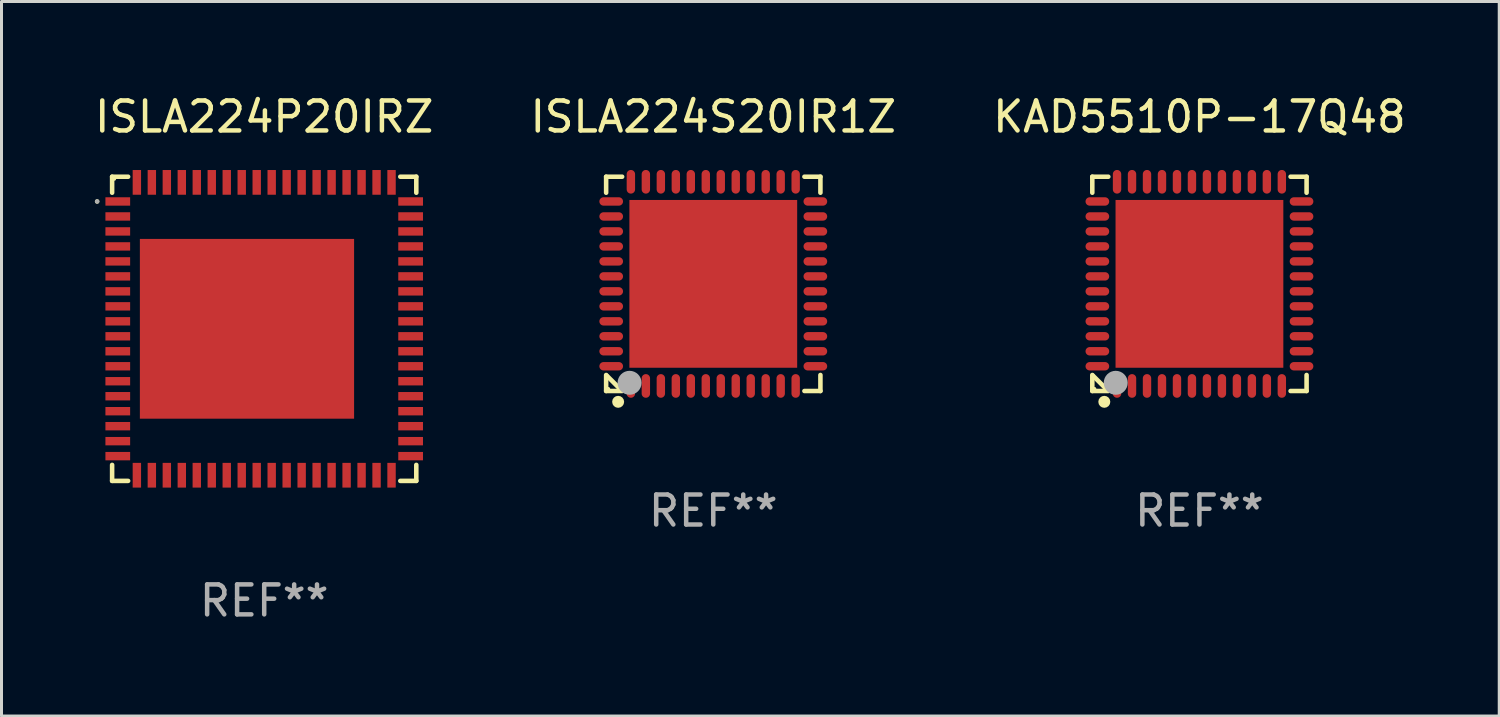
<source format=kicad_pcb>
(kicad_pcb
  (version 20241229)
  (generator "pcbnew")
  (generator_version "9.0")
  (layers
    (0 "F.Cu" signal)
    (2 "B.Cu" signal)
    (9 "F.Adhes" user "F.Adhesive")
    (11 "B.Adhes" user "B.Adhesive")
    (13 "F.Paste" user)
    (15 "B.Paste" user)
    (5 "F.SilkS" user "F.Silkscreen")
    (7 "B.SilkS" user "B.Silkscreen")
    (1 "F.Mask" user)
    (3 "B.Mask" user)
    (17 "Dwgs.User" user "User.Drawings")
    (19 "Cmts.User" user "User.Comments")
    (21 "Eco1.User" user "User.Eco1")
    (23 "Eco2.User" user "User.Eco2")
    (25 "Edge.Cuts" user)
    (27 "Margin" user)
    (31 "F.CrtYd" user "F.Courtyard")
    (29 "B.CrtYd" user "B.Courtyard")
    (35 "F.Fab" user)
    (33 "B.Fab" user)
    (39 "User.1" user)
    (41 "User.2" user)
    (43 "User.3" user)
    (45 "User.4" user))
  (footprint "ISLA224S20IR1Z"
    (layer "F.Cu")
    (at 20.756 6.424)
    (property "Reference" "ISLA224S20IR1Z" (at 0 -5.576 0) (layer "F.SilkS") (effects (font (size 1 1) (thickness 0.15))))
    (attr through_hole)
    (fp_line (start -3.576 -3.576) (end -3.576 -3.042) (stroke (width 0.152) (type solid)) (layer "F.SilkS"))
    (fp_line (start -3.576 3.576) (end -3.576 3.042) (stroke (width 0.152) (type solid)) (layer "F.SilkS"))
    (fp_line (start -3.069 3.549) (end -3.549 3.069) (stroke (width 0.152) (type solid)) (layer "F.SilkS"))
    (fp_line (start -3.042 -3.576) (end -3.576 -3.576) (stroke (width 0.152) (type solid)) (layer "F.SilkS"))
    (fp_line (start -3.042 3.576) (end -3.576 3.576) (stroke (width 0.152) (type solid)) (layer "F.SilkS"))
    (fp_line (start 3.042 -3.576) (end 3.576 -3.576) (stroke (width 0.152) (type solid)) (layer "F.SilkS"))
    (fp_line (start 3.042 3.576) (end 3.576 3.576) (stroke (width 0.152) (type solid)) (layer "F.SilkS"))
    (fp_line (start 3.576 -3.576) (end 3.576 -3.042) (stroke (width 0.152) (type solid)) (layer "F.SilkS"))
    (fp_line (start 3.576 3.576) (end 3.576 3.042) (stroke (width 0.152) (type solid)) (layer "F.SilkS"))
    (fp_circle (center -3.5 3.5) (end -3.47 3.5) (stroke (width 0.06) (type solid)) (fill no) (layer "F.SilkS"))
    (fp_circle (center -3.175 3.937) (end -3.075 3.937) (stroke (width 0.2) (type solid)) (fill no) (layer "F.SilkS"))
    (fp_circle (center -2.794 3.302) (end -2.594 3.302) (stroke (width 0.4) (type solid)) (fill no) (layer "F.Fab"))
    (fp_text user "REF**" (at 0 7.576 0) (layer "F.Fab") (effects (font (size 1 1) (thickness 0.15))))
    (pad "1" smd oval (at -2.75 3.407) (size 0.28 0.79) (layers "F.Cu" "F.Mask" "F.Paste"))
    (pad "2" smd oval (at -2.25 3.407) (size 0.28 0.79) (layers "F.Cu" "F.Mask" "F.Paste"))
    (pad "3" smd oval (at -1.75 3.407) (size 0.28 0.79) (layers "F.Cu" "F.Mask" "F.Paste"))
    (pad "4" smd oval (at -1.25 3.407) (size 0.28 0.79) (layers "F.Cu" "F.Mask" "F.Paste"))
    (pad "5" smd oval (at -0.75 3.407) (size 0.28 0.79) (layers "F.Cu" "F.Mask" "F.Paste"))
    (pad "6" smd oval (at -0.25 3.407) (size 0.28 0.79) (layers "F.Cu" "F.Mask" "F.Paste"))
    (pad "7" smd oval (at 0.25 3.407) (size 0.28 0.79) (layers "F.Cu" "F.Mask" "F.Paste"))
    (pad "8" smd oval (at 0.75 3.407) (size 0.28 0.79) (layers "F.Cu" "F.Mask" "F.Paste"))
    (pad "9" smd oval (at 1.25 3.407) (size 0.28 0.79) (layers "F.Cu" "F.Mask" "F.Paste"))
    (pad "10" smd oval (at 1.75 3.407) (size 0.28 0.79) (layers "F.Cu" "F.Mask" "F.Paste"))
    (pad "11" smd oval (at 2.25 3.407) (size 0.28 0.79) (layers "F.Cu" "F.Mask" "F.Paste"))
    (pad "12" smd oval (at 2.75 3.407) (size 0.28 0.79) (layers "F.Cu" "F.Mask" "F.Paste"))
    (pad "13" smd oval (at 3.407 2.75) (size 0.79 0.28) (layers "F.Cu" "F.Mask" "F.Paste"))
    (pad "14" smd oval (at 3.407 2.25) (size 0.79 0.28) (layers "F.Cu" "F.Mask" "F.Paste"))
    (pad "15" smd oval (at 3.407 1.75) (size 0.79 0.28) (layers "F.Cu" "F.Mask" "F.Paste"))
    (pad "16" smd oval (at 3.407 1.25) (size 0.79 0.28) (layers "F.Cu" "F.Mask" "F.Paste"))
    (pad "17" smd oval (at 3.407 0.75) (size 0.79 0.28) (layers "F.Cu" "F.Mask" "F.Paste"))
    (pad "18" smd oval (at 3.407 0.25) (size 0.79 0.28) (layers "F.Cu" "F.Mask" "F.Paste"))
    (pad "19" smd oval (at 3.407 -0.25) (size 0.79 0.28) (layers "F.Cu" "F.Mask" "F.Paste"))
    (pad "20" smd oval (at 3.407 -0.75) (size 0.79 0.28) (layers "F.Cu" "F.Mask" "F.Paste"))
    (pad "21" smd oval (at 3.407 -1.25) (size 0.79 0.28) (layers "F.Cu" "F.Mask" "F.Paste"))
    (pad "22" smd oval (at 3.407 -1.75) (size 0.79 0.28) (layers "F.Cu" "F.Mask" "F.Paste"))
    (pad "23" smd oval (at 3.407 -2.25) (size 0.79 0.28) (layers "F.Cu" "F.Mask" "F.Paste"))
    (pad "24" smd oval (at 3.407 -2.75) (size 0.79 0.28) (layers "F.Cu" "F.Mask" "F.Paste"))
    (pad "25" smd oval (at 2.75 -3.407) (size 0.28 0.79) (layers "F.Cu" "F.Mask" "F.Paste"))
    (pad "26" smd oval (at 2.25 -3.407) (size 0.28 0.79) (layers "F.Cu" "F.Mask" "F.Paste"))
    (pad "27" smd oval (at 1.75 -3.407) (size 0.28 0.79) (layers "F.Cu" "F.Mask" "F.Paste"))
    (pad "28" smd oval (at 1.25 -3.407) (size 0.28 0.79) (layers "F.Cu" "F.Mask" "F.Paste"))
    (pad "29" smd oval (at 0.75 -3.407) (size 0.28 0.79) (layers "F.Cu" "F.Mask" "F.Paste"))
    (pad "30" smd oval (at 0.25 -3.407) (size 0.28 0.79) (layers "F.Cu" "F.Mask" "F.Paste"))
    (pad "31" smd oval (at -0.25 -3.407) (size 0.28 0.79) (layers "F.Cu" "F.Mask" "F.Paste"))
    (pad "32" smd oval (at -0.75 -3.407) (size 0.28 0.79) (layers "F.Cu" "F.Mask" "F.Paste"))
    (pad "33" smd oval (at -1.25 -3.407) (size 0.28 0.79) (layers "F.Cu" "F.Mask" "F.Paste"))
    (pad "34" smd oval (at -1.75 -3.407) (size 0.28 0.79) (layers "F.Cu" "F.Mask" "F.Paste"))
    (pad "35" smd oval (at -2.25 -3.407) (size 0.28 0.79) (layers "F.Cu" "F.Mask" "F.Paste"))
    (pad "36" smd oval (at -2.75 -3.407) (size 0.28 0.79) (layers "F.Cu" "F.Mask" "F.Paste"))
    (pad "37" smd oval (at -3.407 -2.75) (size 0.79 0.28) (layers "F.Cu" "F.Mask" "F.Paste"))
    (pad "38" smd oval (at -3.407 -2.25) (size 0.79 0.28) (layers "F.Cu" "F.Mask" "F.Paste"))
    (pad "39" smd oval (at -3.407 -1.75) (size 0.79 0.28) (layers "F.Cu" "F.Mask" "F.Paste"))
    (pad "40" smd oval (at -3.407 -1.25) (size 0.79 0.28) (layers "F.Cu" "F.Mask" "F.Paste"))
    (pad "41" smd oval (at -3.407 -0.75) (size 0.79 0.28) (layers "F.Cu" "F.Mask" "F.Paste"))
    (pad "42" smd oval (at -3.407 -0.25) (size 0.79 0.28) (layers "F.Cu" "F.Mask" "F.Paste"))
    (pad "43" smd oval (at -3.407 0.25) (size 0.79 0.28) (layers "F.Cu" "F.Mask" "F.Paste"))
    (pad "44" smd oval (at -3.407 0.75) (size 0.79 0.28) (layers "F.Cu" "F.Mask" "F.Paste"))
    (pad "45" smd oval (at -3.407 1.25) (size 0.79 0.28) (layers "F.Cu" "F.Mask" "F.Paste"))
    (pad "46" smd oval (at -3.407 1.75) (size 0.79 0.28) (layers "F.Cu" "F.Mask" "F.Paste"))
    (pad "47" smd oval (at -3.407 2.25) (size 0.79 0.28) (layers "F.Cu" "F.Mask" "F.Paste"))
    (pad "48" smd oval (at -3.407 2.75) (size 0.79 0.28) (layers "F.Cu" "F.Mask" "F.Paste"))
    (pad "49" smd rect (at 0 0) (size 5.6 5.6) (layers "F.Cu" "F.Mask" "F.Paste")))
  (footprint "KAD5510P-17Q48"
    (layer "F.Cu")
    (at 36.982 6.424)
    (property "Reference" "KAD5510P-17Q48" (at 0 -5.576 0) (layer "F.SilkS") (effects (font (size 1 1) (thickness 0.15))))
    (attr through_hole)
    (fp_line (start -3.576 -3.576) (end -3.576 -3.042) (stroke (width 0.152) (type solid)) (layer "F.SilkS"))
    (fp_line (start -3.576 3.576) (end -3.576 3.042) (stroke (width 0.152) (type solid)) (layer "F.SilkS"))
    (fp_line (start -3.069 3.549) (end -3.549 3.069) (stroke (width 0.152) (type solid)) (layer "F.SilkS"))
    (fp_line (start -3.042 -3.576) (end -3.576 -3.576) (stroke (width 0.152) (type solid)) (layer "F.SilkS"))
    (fp_line (start -3.042 3.576) (end -3.576 3.576) (stroke (width 0.152) (type solid)) (layer "F.SilkS"))
    (fp_line (start 3.042 -3.576) (end 3.576 -3.576) (stroke (width 0.152) (type solid)) (layer "F.SilkS"))
    (fp_line (start 3.042 3.576) (end 3.576 3.576) (stroke (width 0.152) (type solid)) (layer "F.SilkS"))
    (fp_line (start 3.576 -3.576) (end 3.576 -3.042) (stroke (width 0.152) (type solid)) (layer "F.SilkS"))
    (fp_line (start 3.576 3.576) (end 3.576 3.042) (stroke (width 0.152) (type solid)) (layer "F.SilkS"))
    (fp_circle (center -3.5 3.5) (end -3.47 3.5) (stroke (width 0.06) (type solid)) (fill no) (layer "F.SilkS"))
    (fp_circle (center -3.175 3.937) (end -3.075 3.937) (stroke (width 0.2) (type solid)) (fill no) (layer "F.SilkS"))
    (fp_circle (center -2.794 3.302) (end -2.594 3.302) (stroke (width 0.4) (type solid)) (fill no) (layer "F.Fab"))
    (fp_text user "REF**" (at 0 7.576 0) (layer "F.Fab") (effects (font (size 1 1) (thickness 0.15))))
    (pad "1" smd oval (at -2.75 3.407) (size 0.28 0.79) (layers "F.Cu" "F.Mask" "F.Paste"))
    (pad "2" smd oval (at -2.25 3.407) (size 0.28 0.79) (layers "F.Cu" "F.Mask" "F.Paste"))
    (pad "3" smd oval (at -1.75 3.407) (size 0.28 0.79) (layers "F.Cu" "F.Mask" "F.Paste"))
    (pad "4" smd oval (at -1.25 3.407) (size 0.28 0.79) (layers "F.Cu" "F.Mask" "F.Paste"))
    (pad "5" smd oval (at -0.75 3.407) (size 0.28 0.79) (layers "F.Cu" "F.Mask" "F.Paste"))
    (pad "6" smd oval (at -0.25 3.407) (size 0.28 0.79) (layers "F.Cu" "F.Mask" "F.Paste"))
    (pad "7" smd oval (at 0.25 3.407) (size 0.28 0.79) (layers "F.Cu" "F.Mask" "F.Paste"))
    (pad "8" smd oval (at 0.75 3.407) (size 0.28 0.79) (layers "F.Cu" "F.Mask" "F.Paste"))
    (pad "9" smd oval (at 1.25 3.407) (size 0.28 0.79) (layers "F.Cu" "F.Mask" "F.Paste"))
    (pad "10" smd oval (at 1.75 3.407) (size 0.28 0.79) (layers "F.Cu" "F.Mask" "F.Paste"))
    (pad "11" smd oval (at 2.25 3.407) (size 0.28 0.79) (layers "F.Cu" "F.Mask" "F.Paste"))
    (pad "12" smd oval (at 2.75 3.407) (size 0.28 0.79) (layers "F.Cu" "F.Mask" "F.Paste"))
    (pad "13" smd oval (at 3.407 2.75) (size 0.79 0.28) (layers "F.Cu" "F.Mask" "F.Paste"))
    (pad "14" smd oval (at 3.407 2.25) (size 0.79 0.28) (layers "F.Cu" "F.Mask" "F.Paste"))
    (pad "15" smd oval (at 3.407 1.75) (size 0.79 0.28) (layers "F.Cu" "F.Mask" "F.Paste"))
    (pad "16" smd oval (at 3.407 1.25) (size 0.79 0.28) (layers "F.Cu" "F.Mask" "F.Paste"))
    (pad "17" smd oval (at 3.407 0.75) (size 0.79 0.28) (layers "F.Cu" "F.Mask" "F.Paste"))
    (pad "18" smd oval (at 3.407 0.25) (size 0.79 0.28) (layers "F.Cu" "F.Mask" "F.Paste"))
    (pad "19" smd oval (at 3.407 -0.25) (size 0.79 0.28) (layers "F.Cu" "F.Mask" "F.Paste"))
    (pad "20" smd oval (at 3.407 -0.75) (size 0.79 0.28) (layers "F.Cu" "F.Mask" "F.Paste"))
    (pad "21" smd oval (at 3.407 -1.25) (size 0.79 0.28) (layers "F.Cu" "F.Mask" "F.Paste"))
    (pad "22" smd oval (at 3.407 -1.75) (size 0.79 0.28) (layers "F.Cu" "F.Mask" "F.Paste"))
    (pad "23" smd oval (at 3.407 -2.25) (size 0.79 0.28) (layers "F.Cu" "F.Mask" "F.Paste"))
    (pad "24" smd oval (at 3.407 -2.75) (size 0.79 0.28) (layers "F.Cu" "F.Mask" "F.Paste"))
    (pad "25" smd oval (at 2.75 -3.407) (size 0.28 0.79) (layers "F.Cu" "F.Mask" "F.Paste"))
    (pad "26" smd oval (at 2.25 -3.407) (size 0.28 0.79) (layers "F.Cu" "F.Mask" "F.Paste"))
    (pad "27" smd oval (at 1.75 -3.407) (size 0.28 0.79) (layers "F.Cu" "F.Mask" "F.Paste"))
    (pad "28" smd oval (at 1.25 -3.407) (size 0.28 0.79) (layers "F.Cu" "F.Mask" "F.Paste"))
    (pad "29" smd oval (at 0.75 -3.407) (size 0.28 0.79) (layers "F.Cu" "F.Mask" "F.Paste"))
    (pad "30" smd oval (at 0.25 -3.407) (size 0.28 0.79) (layers "F.Cu" "F.Mask" "F.Paste"))
    (pad "31" smd oval (at -0.25 -3.407) (size 0.28 0.79) (layers "F.Cu" "F.Mask" "F.Paste"))
    (pad "32" smd oval (at -0.75 -3.407) (size 0.28 0.79) (layers "F.Cu" "F.Mask" "F.Paste"))
    (pad "33" smd oval (at -1.25 -3.407) (size 0.28 0.79) (layers "F.Cu" "F.Mask" "F.Paste"))
    (pad "34" smd oval (at -1.75 -3.407) (size 0.28 0.79) (layers "F.Cu" "F.Mask" "F.Paste"))
    (pad "35" smd oval (at -2.25 -3.407) (size 0.28 0.79) (layers "F.Cu" "F.Mask" "F.Paste"))
    (pad "36" smd oval (at -2.75 -3.407) (size 0.28 0.79) (layers "F.Cu" "F.Mask" "F.Paste"))
    (pad "37" smd oval (at -3.407 -2.75) (size 0.79 0.28) (layers "F.Cu" "F.Mask" "F.Paste"))
    (pad "38" smd oval (at -3.407 -2.25) (size 0.79 0.28) (layers "F.Cu" "F.Mask" "F.Paste"))
    (pad "39" smd oval (at -3.407 -1.75) (size 0.79 0.28) (layers "F.Cu" "F.Mask" "F.Paste"))
    (pad "40" smd oval (at -3.407 -1.25) (size 0.79 0.28) (layers "F.Cu" "F.Mask" "F.Paste"))
    (pad "41" smd oval (at -3.407 -0.75) (size 0.79 0.28) (layers "F.Cu" "F.Mask" "F.Paste"))
    (pad "42" smd oval (at -3.407 -0.25) (size 0.79 0.28) (layers "F.Cu" "F.Mask" "F.Paste"))
    (pad "43" smd oval (at -3.407 0.25) (size 0.79 0.28) (layers "F.Cu" "F.Mask" "F.Paste"))
    (pad "44" smd oval (at -3.407 0.75) (size 0.79 0.28) (layers "F.Cu" "F.Mask" "F.Paste"))
    (pad "45" smd oval (at -3.407 1.25) (size 0.79 0.28) (layers "F.Cu" "F.Mask" "F.Paste"))
    (pad "46" smd oval (at -3.407 1.75) (size 0.79 0.28) (layers "F.Cu" "F.Mask" "F.Paste"))
    (pad "47" smd oval (at -3.407 2.25) (size 0.79 0.28) (layers "F.Cu" "F.Mask" "F.Paste"))
    (pad "48" smd oval (at -3.407 2.75) (size 0.79 0.28) (layers "F.Cu" "F.Mask" "F.Paste"))
    (pad "49" smd rect (at 0 0) (size 5.6 5.6) (layers "F.Cu" "F.Mask" "F.Paste")))
  (footprint "ISLA224P20IRZ"
    (layer "F.Cu")
    (at 5.768 7.924)
    (property "Reference" "ISLA224P20IRZ" (at 0 -7.076 0) (layer "F.SilkS") (effects (font (size 1 1) (thickness 0.15))))
    (attr through_hole)
    (fp_line (start -5.076 -5.076) (end -4.542 -5.076) (stroke (width 0.152) (type solid)) (layer "F.SilkS"))
    (fp_line (start -5.076 -4.542) (end -5.076 -5.076) (stroke (width 0.152) (type solid)) (layer "F.SilkS"))
    (fp_line (start -5.076 4.542) (end -5.076 5.076) (stroke (width 0.152) (type solid)) (layer "F.SilkS"))
    (fp_line (start -5.076 5.076) (end -4.542 5.076) (stroke (width 0.152) (type solid)) (layer "F.SilkS"))
    (fp_line (start 5.076 -5.076) (end 4.542 -5.076) (stroke (width 0.152) (type solid)) (layer "F.SilkS"))
    (fp_line (start 5.076 -4.542) (end 5.076 -5.076) (stroke (width 0.152) (type solid)) (layer "F.SilkS"))
    (fp_line (start 5.076 4.542) (end 5.076 5.076) (stroke (width 0.152) (type solid)) (layer "F.SilkS"))
    (fp_line (start 5.076 5.076) (end 4.542 5.076) (stroke (width 0.152) (type solid)) (layer "F.SilkS"))
    (fp_circle (center -5.576 -4.25) (end -5.538 -4.25) (stroke (width 0.075) (type solid)) (fill no) (layer "F.SilkS"))
    (fp_circle (center -5 -5) (end -4.97 -5) (stroke (width 0.06) (type solid)) (fill no) (layer "F.SilkS"))
    (fp_circle (center -5.576 -4.25) (end -5.538 -4.25) (stroke (width 0.075) (type solid)) (fill no) (layer "F.Fab"))
    (fp_text user "REF**" (at 0 9.076 0) (layer "F.Fab") (effects (font (size 1 1) (thickness 0.15))))
    (pad "1" smd rect (at -4.887 -4.25) (size 0.825 0.28) (layers "F.Cu" "F.Mask" "F.Paste"))
    (pad "2" smd rect (at -4.887 -3.75) (size 0.825 0.28) (layers "F.Cu" "F.Mask" "F.Paste"))
    (pad "3" smd rect (at -4.887 -3.25) (size 0.825 0.28) (layers "F.Cu" "F.Mask" "F.Paste"))
    (pad "4" smd rect (at -4.887 -2.75) (size 0.825 0.28) (layers "F.Cu" "F.Mask" "F.Paste"))
    (pad "5" smd rect (at -4.887 -2.25) (size 0.825 0.28) (layers "F.Cu" "F.Mask" "F.Paste"))
    (pad "6" smd rect (at -4.887 -1.75) (size 0.825 0.28) (layers "F.Cu" "F.Mask" "F.Paste"))
    (pad "7" smd rect (at -4.887 -1.25) (size 0.825 0.28) (layers "F.Cu" "F.Mask" "F.Paste"))
    (pad "8" smd rect (at -4.887 -0.75) (size 0.825 0.28) (layers "F.Cu" "F.Mask" "F.Paste"))
    (pad "9" smd rect (at -4.887 -0.25) (size 0.825 0.28) (layers "F.Cu" "F.Mask" "F.Paste"))
    (pad "10" smd rect (at -4.887 0.25) (size 0.825 0.28) (layers "F.Cu" "F.Mask" "F.Paste"))
    (pad "11" smd rect (at -4.887 0.75) (size 0.825 0.28) (layers "F.Cu" "F.Mask" "F.Paste"))
    (pad "12" smd rect (at -4.887 1.25) (size 0.825 0.28) (layers "F.Cu" "F.Mask" "F.Paste"))
    (pad "13" smd rect (at -4.887 1.75) (size 0.825 0.28) (layers "F.Cu" "F.Mask" "F.Paste"))
    (pad "14" smd rect (at -4.887 2.25) (size 0.825 0.28) (layers "F.Cu" "F.Mask" "F.Paste"))
    (pad "15" smd rect (at -4.887 2.75) (size 0.825 0.28) (layers "F.Cu" "F.Mask" "F.Paste"))
    (pad "16" smd rect (at -4.887 3.25) (size 0.825 0.28) (layers "F.Cu" "F.Mask" "F.Paste"))
    (pad "17" smd rect (at -4.887 3.75) (size 0.825 0.28) (layers "F.Cu" "F.Mask" "F.Paste"))
    (pad "18" smd rect (at -4.887 4.25) (size 0.825 0.28) (layers "F.Cu" "F.Mask" "F.Paste"))
    (pad "19" smd rect (at -4.25 4.887) (size 0.28 0.825) (layers "F.Cu" "F.Mask" "F.Paste"))
    (pad "20" smd rect (at -3.75 4.887) (size 0.28 0.825) (layers "F.Cu" "F.Mask" "F.Paste"))
    (pad "21" smd rect (at -3.25 4.887) (size 0.28 0.825) (layers "F.Cu" "F.Mask" "F.Paste"))
    (pad "22" smd rect (at -2.75 4.887) (size 0.28 0.825) (layers "F.Cu" "F.Mask" "F.Paste"))
    (pad "23" smd rect (at -2.25 4.887) (size 0.28 0.825) (layers "F.Cu" "F.Mask" "F.Paste"))
    (pad "24" smd rect (at -1.75 4.887) (size 0.28 0.825) (layers "F.Cu" "F.Mask" "F.Paste"))
    (pad "25" smd rect (at -1.25 4.887) (size 0.28 0.825) (layers "F.Cu" "F.Mask" "F.Paste"))
    (pad "26" smd rect (at -0.75 4.887) (size 0.28 0.825) (layers "F.Cu" "F.Mask" "F.Paste"))
    (pad "27" smd rect (at -0.25 4.887) (size 0.28 0.825) (layers "F.Cu" "F.Mask" "F.Paste"))
    (pad "28" smd rect (at 0.25 4.887) (size 0.28 0.825) (layers "F.Cu" "F.Mask" "F.Paste"))
    (pad "29" smd rect (at 0.75 4.887) (size 0.28 0.825) (layers "F.Cu" "F.Mask" "F.Paste"))
    (pad "30" smd rect (at 1.25 4.887) (size 0.28 0.825) (layers "F.Cu" "F.Mask" "F.Paste"))
    (pad "31" smd rect (at 1.75 4.887) (size 0.28 0.825) (layers "F.Cu" "F.Mask" "F.Paste"))
    (pad "32" smd rect (at 2.25 4.887) (size 0.28 0.825) (layers "F.Cu" "F.Mask" "F.Paste"))
    (pad "33" smd rect (at 2.75 4.887) (size 0.28 0.825) (layers "F.Cu" "F.Mask" "F.Paste"))
    (pad "34" smd rect (at 3.25 4.887) (size 0.28 0.825) (layers "F.Cu" "F.Mask" "F.Paste"))
    (pad "35" smd rect (at 3.75 4.887) (size 0.28 0.825) (layers "F.Cu" "F.Mask" "F.Paste"))
    (pad "36" smd rect (at 4.25 4.887) (size 0.28 0.825) (layers "F.Cu" "F.Mask" "F.Paste"))
    (pad "37" smd rect (at 4.887 4.25) (size 0.825 0.28) (layers "F.Cu" "F.Mask" "F.Paste"))
    (pad "38" smd rect (at 4.887 3.75) (size 0.825 0.28) (layers "F.Cu" "F.Mask" "F.Paste"))
    (pad "39" smd rect (at 4.887 3.25) (size 0.825 0.28) (layers "F.Cu" "F.Mask" "F.Paste"))
    (pad "40" smd rect (at 4.887 2.75) (size 0.825 0.28) (layers "F.Cu" "F.Mask" "F.Paste"))
    (pad "41" smd rect (at 4.887 2.25) (size 0.825 0.28) (layers "F.Cu" "F.Mask" "F.Paste"))
    (pad "42" smd rect (at 4.887 1.75) (size 0.825 0.28) (layers "F.Cu" "F.Mask" "F.Paste"))
    (pad "43" smd rect (at 4.887 1.25) (size 0.825 0.28) (layers "F.Cu" "F.Mask" "F.Paste"))
    (pad "44" smd rect (at 4.887 0.75) (size 0.825 0.28) (layers "F.Cu" "F.Mask" "F.Paste"))
    (pad "45" smd rect (at 4.887 0.25) (size 0.825 0.28) (layers "F.Cu" "F.Mask" "F.Paste"))
    (pad "46" smd rect (at 4.887 -0.25) (size 0.825 0.28) (layers "F.Cu" "F.Mask" "F.Paste"))
    (pad "47" smd rect (at 4.887 -0.75) (size 0.825 0.28) (layers "F.Cu" "F.Mask" "F.Paste"))
    (pad "48" smd rect (at 4.887 -1.25) (size 0.825 0.28) (layers "F.Cu" "F.Mask" "F.Paste"))
    (pad "49" smd rect (at 4.887 -1.75) (size 0.825 0.28) (layers "F.Cu" "F.Mask" "F.Paste"))
    (pad "50" smd rect (at 4.887 -2.25) (size 0.825 0.28) (layers "F.Cu" "F.Mask" "F.Paste"))
    (pad "51" smd rect (at 4.887 -2.75) (size 0.825 0.28) (layers "F.Cu" "F.Mask" "F.Paste"))
    (pad "52" smd rect (at 4.887 -3.25) (size 0.825 0.28) (layers "F.Cu" "F.Mask" "F.Paste"))
    (pad "53" smd rect (at 4.887 -3.75) (size 0.825 0.28) (layers "F.Cu" "F.Mask" "F.Paste"))
    (pad "54" smd rect (at 4.887 -4.25) (size 0.825 0.28) (layers "F.Cu" "F.Mask" "F.Paste"))
    (pad "55" smd rect (at 4.25 -4.887) (size 0.28 0.825) (layers "F.Cu" "F.Mask" "F.Paste"))
    (pad "56" smd rect (at 3.75 -4.887) (size 0.28 0.825) (layers "F.Cu" "F.Mask" "F.Paste"))
    (pad "57" smd rect (at 3.25 -4.887) (size 0.28 0.825) (layers "F.Cu" "F.Mask" "F.Paste"))
    (pad "58" smd rect (at 2.75 -4.887) (size 0.28 0.825) (layers "F.Cu" "F.Mask" "F.Paste"))
    (pad "59" smd rect (at 2.25 -4.887) (size 0.28 0.825) (layers "F.Cu" "F.Mask" "F.Paste"))
    (pad "60" smd rect (at 1.75 -4.887) (size 0.28 0.825) (layers "F.Cu" "F.Mask" "F.Paste"))
    (pad "61" smd rect (at 1.25 -4.887) (size 0.28 0.825) (layers "F.Cu" "F.Mask" "F.Paste"))
    (pad "62" smd rect (at 0.75 -4.887) (size 0.28 0.825) (layers "F.Cu" "F.Mask" "F.Paste"))
    (pad "63" smd rect (at 0.25 -4.887) (size 0.28 0.825) (layers "F.Cu" "F.Mask" "F.Paste"))
    (pad "64" smd rect (at -0.25 -4.887) (size 0.28 0.825) (layers "F.Cu" "F.Mask" "F.Paste"))
    (pad "65" smd rect (at -0.75 -4.887) (size 0.28 0.825) (layers "F.Cu" "F.Mask" "F.Paste"))
    (pad "66" smd rect (at -1.25 -4.887) (size 0.28 0.825) (layers "F.Cu" "F.Mask" "F.Paste"))
    (pad "67" smd rect (at -1.75 -4.887) (size 0.28 0.825) (layers "F.Cu" "F.Mask" "F.Paste"))
    (pad "68" smd rect (at -2.25 -4.887) (size 0.28 0.825) (layers "F.Cu" "F.Mask" "F.Paste"))
    (pad "69" smd rect (at -2.75 -4.887) (size 0.28 0.825) (layers "F.Cu" "F.Mask" "F.Paste"))
    (pad "70" smd rect (at -3.25 -4.887) (size 0.28 0.825) (layers "F.Cu" "F.Mask" "F.Paste"))
    (pad "71" smd rect (at -3.75 -4.887) (size 0.28 0.825) (layers "F.Cu" "F.Mask" "F.Paste"))
    (pad "72" smd rect (at -4.25 -4.887) (size 0.28 0.825) (layers "F.Cu" "F.Mask" "F.Paste"))
    (pad "73" smd rect (at -0.575 0) (size 7.15 6) (layers "F.Cu" "F.Mask" "F.Paste")))
  (gr_rect
    (start -3 -3)
    (end 46.988 20.849)
    (stroke (width 0.1) (type default))
    (fill no)
    (layer "Edge.Cuts")))
</source>
